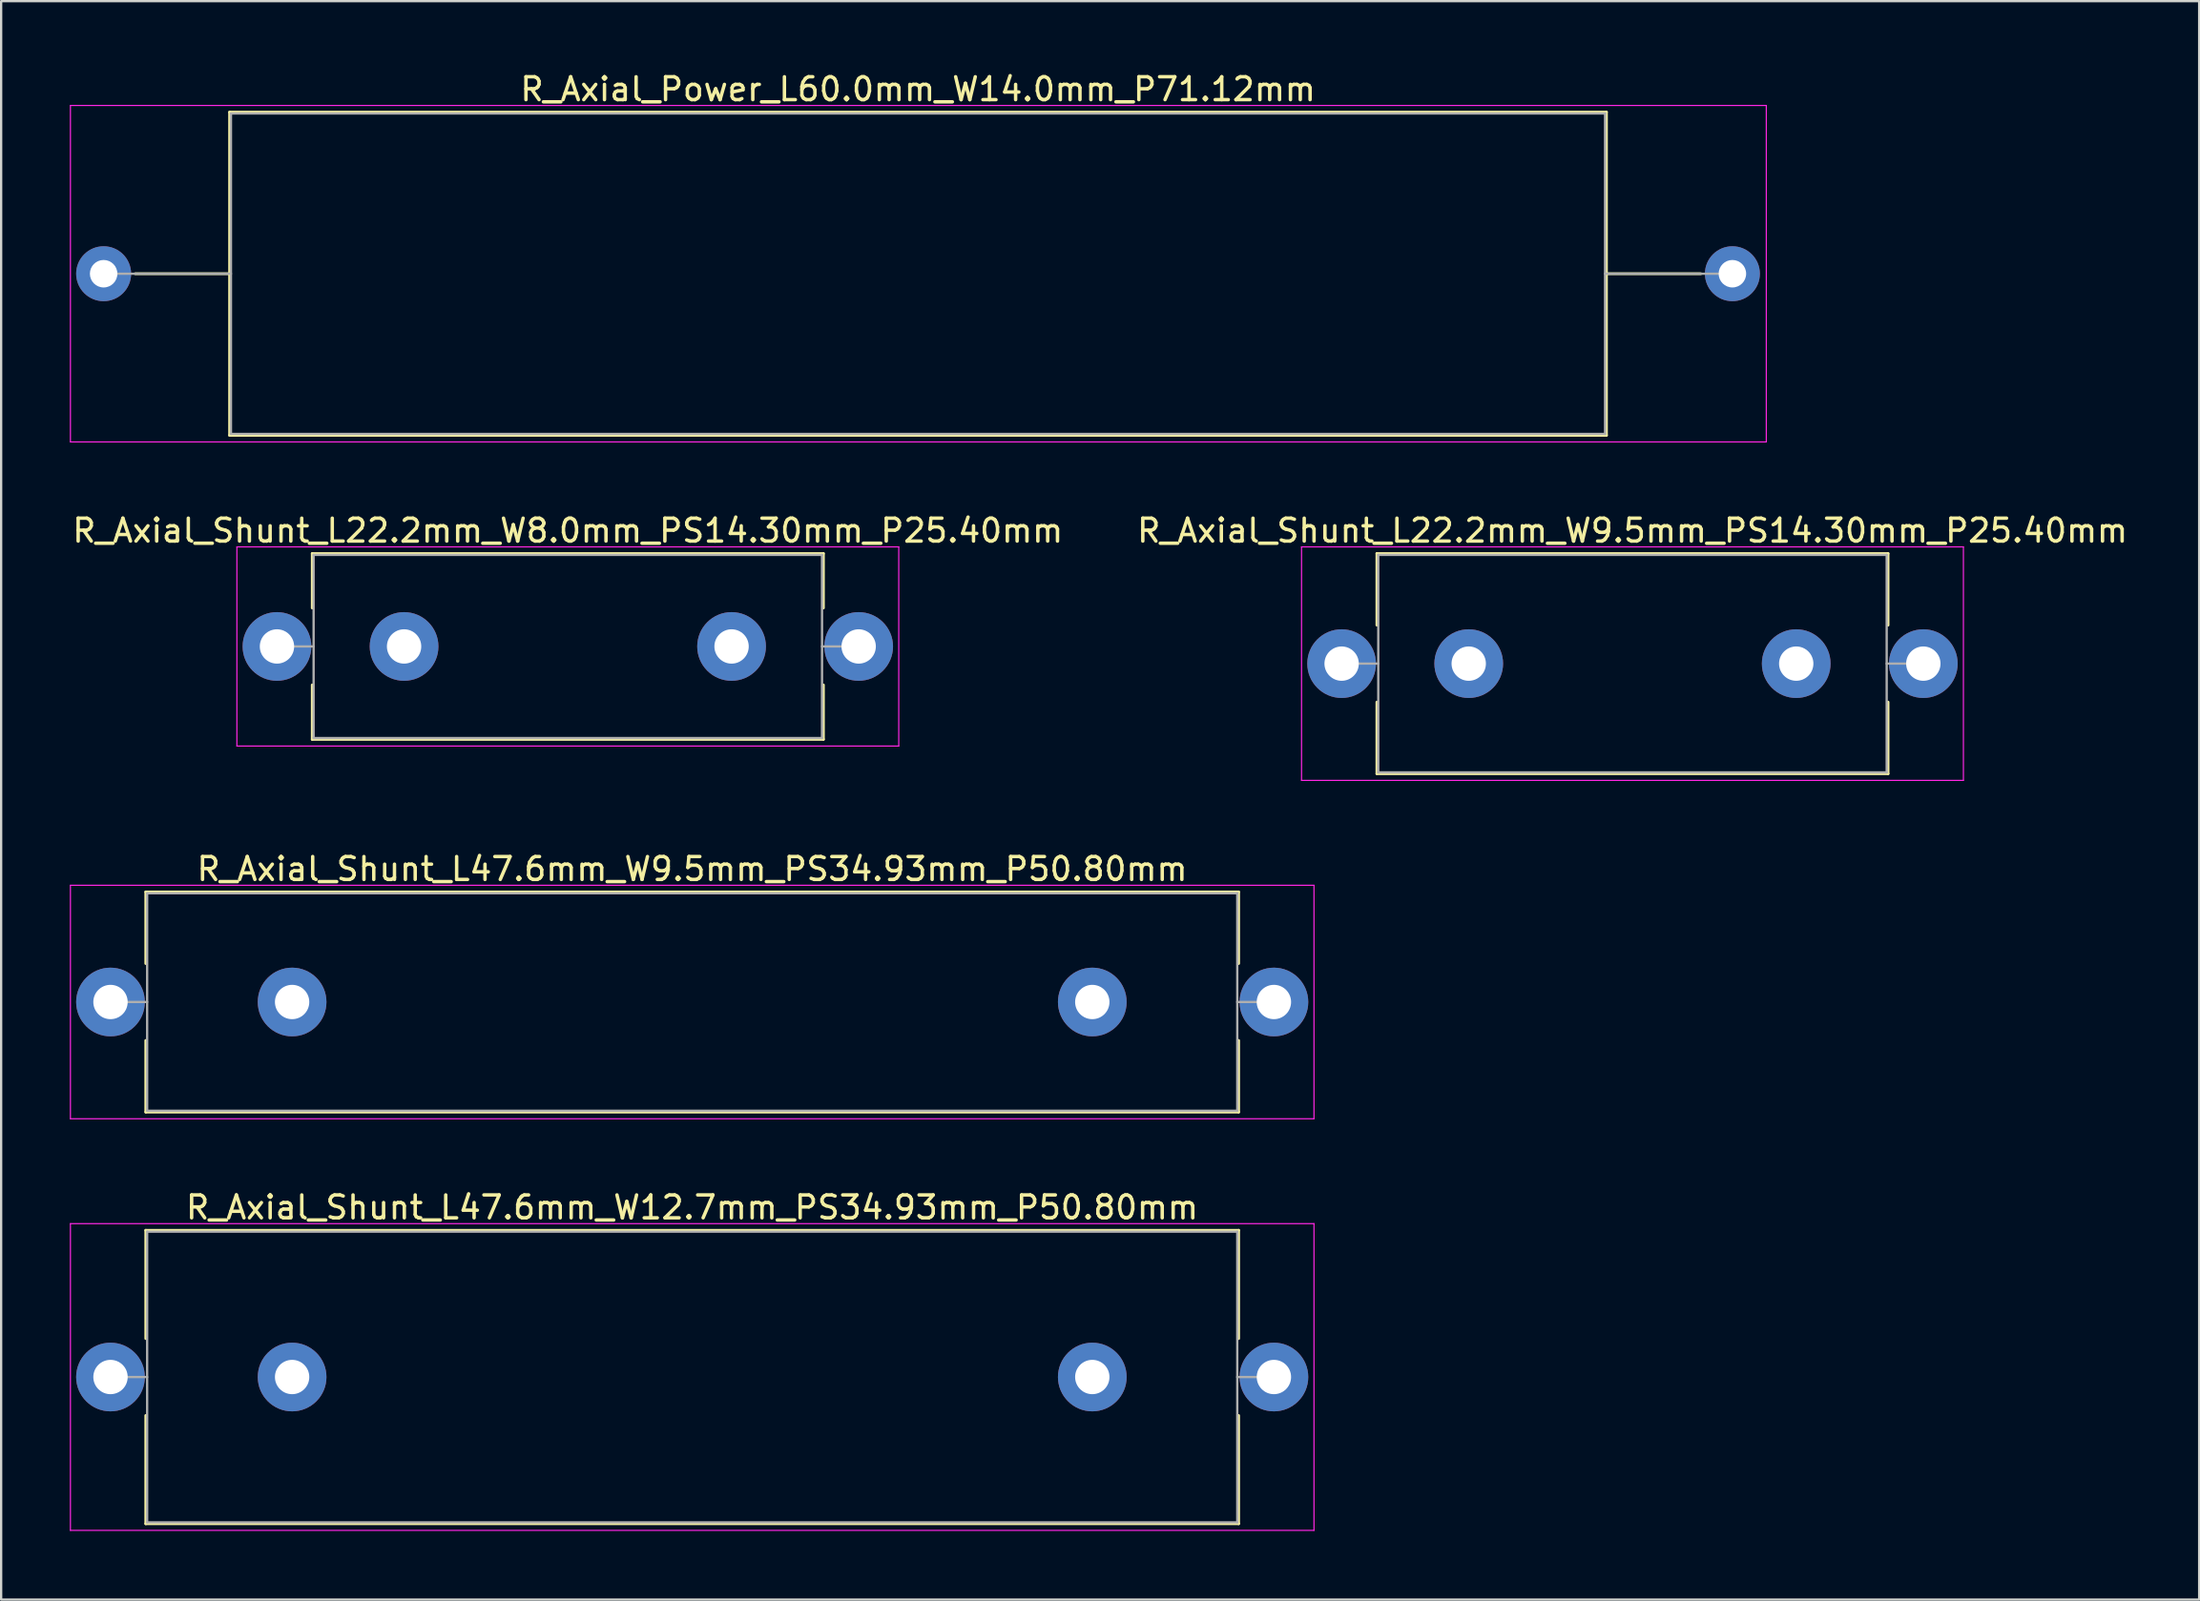
<source format=kicad_pcb>
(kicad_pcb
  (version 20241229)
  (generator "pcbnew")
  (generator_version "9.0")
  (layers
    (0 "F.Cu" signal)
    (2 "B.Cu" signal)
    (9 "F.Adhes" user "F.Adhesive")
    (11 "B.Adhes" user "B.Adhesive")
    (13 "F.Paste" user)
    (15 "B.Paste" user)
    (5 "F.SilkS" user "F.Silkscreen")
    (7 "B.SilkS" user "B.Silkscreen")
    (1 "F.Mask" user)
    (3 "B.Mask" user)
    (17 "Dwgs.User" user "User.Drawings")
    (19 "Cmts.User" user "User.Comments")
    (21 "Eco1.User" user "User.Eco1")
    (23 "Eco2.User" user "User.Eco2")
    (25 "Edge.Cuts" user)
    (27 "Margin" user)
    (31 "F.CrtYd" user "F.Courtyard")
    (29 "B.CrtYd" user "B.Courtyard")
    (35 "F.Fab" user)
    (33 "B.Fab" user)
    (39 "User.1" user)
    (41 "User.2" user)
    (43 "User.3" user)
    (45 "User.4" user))
  (footprint "R_Axial_Power_L60.0mm_W14.0mm_P71.12mm"
    (layer "F.Cu")
    (at 1.475 8.908)
    (property "Reference" "R_Axial_Power_L60.0mm_W14.0mm_P71.12mm" (at 35.56 -8.06 0) (layer "F.SilkS") (effects (font (size 1 1) (thickness 0.15))))
    (attr through_hole)
    (fp_line (start 1.38 0) (end 5.5 0) (stroke (width 0.12) (type solid)) (layer "F.SilkS"))
    (fp_line (start 5.5 -7.06) (end 5.5 7.06) (stroke (width 0.12) (type solid)) (layer "F.SilkS"))
    (fp_line (start 5.5 7.06) (end 65.62 7.06) (stroke (width 0.12) (type solid)) (layer "F.SilkS"))
    (fp_line (start 65.62 -7.06) (end 5.5 -7.06) (stroke (width 0.12) (type solid)) (layer "F.SilkS"))
    (fp_line (start 65.62 7.06) (end 65.62 -7.06) (stroke (width 0.12) (type solid)) (layer "F.SilkS"))
    (fp_line (start 69.74 0) (end 65.62 0) (stroke (width 0.12) (type solid)) (layer "F.SilkS"))
    (fp_line (start -1.45 -7.35) (end -1.45 7.35) (stroke (width 0.05) (type solid)) (layer "F.CrtYd"))
    (fp_line (start -1.45 7.35) (end 72.6 7.35) (stroke (width 0.05) (type solid)) (layer "F.CrtYd"))
    (fp_line (start 72.6 -7.35) (end -1.45 -7.35) (stroke (width 0.05) (type solid)) (layer "F.CrtYd"))
    (fp_line (start 72.6 7.35) (end 72.6 -7.35) (stroke (width 0.05) (type solid)) (layer "F.CrtYd"))
    (fp_line (start 0 0) (end 5.56 0) (stroke (width 0.1) (type solid)) (layer "F.Fab"))
    (fp_line (start 5.56 -7) (end 5.56 7) (stroke (width 0.1) (type solid)) (layer "F.Fab"))
    (fp_line (start 5.56 7) (end 65.56 7) (stroke (width 0.1) (type solid)) (layer "F.Fab"))
    (fp_line (start 65.56 -7) (end 5.56 -7) (stroke (width 0.1) (type solid)) (layer "F.Fab"))
    (fp_line (start 65.56 7) (end 65.56 -7) (stroke (width 0.1) (type solid)) (layer "F.Fab"))
    (fp_line (start 71.12 0) (end 65.56 0) (stroke (width 0.1) (type solid)) (layer "F.Fab"))
    (pad "1" thru_hole circle (at 0 0) (size 2.4 2.4) (drill 1.2) (layers "*.Cu" "*.Mask"))
    (pad "2" thru_hole oval (at 71.12 0) (size 2.4 2.4) (drill 1.2) (layers "*.Cu" "*.Mask")))
  (footprint "R_Axial_Shunt_L47.6mm_W12.7mm_PS34.93mm_P50.80mm"
    (layer "F.Cu")
    (at 1.775 57.108)
    (property "Reference" "R_Axial_Shunt_L47.6mm_W12.7mm_PS34.93mm_P50.80mm" (at 25.4 -7.41 0) (layer "F.SilkS") (effects (font (size 1 1) (thickness 0.15))))
    (attr through_hole)
    (fp_line (start 1.54 -6.41) (end 49.26 -6.41) (stroke (width 0.12) (type solid)) (layer "F.SilkS"))
    (fp_line (start 1.54 -1.68) (end 1.54 -6.41) (stroke (width 0.12) (type solid)) (layer "F.SilkS"))
    (fp_line (start 1.54 1.68) (end 1.54 6.41) (stroke (width 0.12) (type solid)) (layer "F.SilkS"))
    (fp_line (start 1.54 6.41) (end 49.26 6.41) (stroke (width 0.12) (type solid)) (layer "F.SilkS"))
    (fp_line (start 49.26 -6.41) (end 49.26 -1.68) (stroke (width 0.12) (type solid)) (layer "F.SilkS"))
    (fp_line (start 49.26 6.41) (end 49.26 1.68) (stroke (width 0.12) (type solid)) (layer "F.SilkS"))
    (fp_line (start -1.75 -6.7) (end -1.75 6.7) (stroke (width 0.05) (type solid)) (layer "F.CrtYd"))
    (fp_line (start -1.75 6.7) (end 52.55 6.7) (stroke (width 0.05) (type solid)) (layer "F.CrtYd"))
    (fp_line (start 52.55 -6.7) (end -1.75 -6.7) (stroke (width 0.05) (type solid)) (layer "F.CrtYd"))
    (fp_line (start 52.55 6.7) (end 52.55 -6.7) (stroke (width 0.05) (type solid)) (layer "F.CrtYd"))
    (fp_line (start 0 0) (end 1.6 0) (stroke (width 0.1) (type solid)) (layer "F.Fab"))
    (fp_line (start 1.6 -6.35) (end 1.6 6.35) (stroke (width 0.1) (type solid)) (layer "F.Fab"))
    (fp_line (start 1.6 6.35) (end 49.2 6.35) (stroke (width 0.1) (type solid)) (layer "F.Fab"))
    (fp_line (start 49.2 -6.35) (end 1.6 -6.35) (stroke (width 0.1) (type solid)) (layer "F.Fab"))
    (fp_line (start 49.2 6.35) (end 49.2 -6.35) (stroke (width 0.1) (type solid)) (layer "F.Fab"))
    (fp_line (start 50.8 0) (end 49.2 0) (stroke (width 0.1) (type solid)) (layer "F.Fab"))
    (pad "1" thru_hole circle (at 0 0) (size 3 3) (drill 1.5) (layers "*.Cu" "*.Mask"))
    (pad "2" thru_hole oval (at 7.93 0) (size 3 3) (drill 1.5) (layers "*.Cu" "*.Mask"))
    (pad "3" thru_hole oval (at 42.87 0) (size 3 3) (drill 1.5) (layers "*.Cu" "*.Mask"))
    (pad "4" thru_hole oval (at 50.8 0) (size 3 3) (drill 1.5) (layers "*.Cu" "*.Mask")))
  (footprint "R_Axial_Shunt_L22.2mm_W9.5mm_PS14.30mm_P25.40mm"
    (layer "F.Cu")
    (at 55.532 25.942)
    (property "Reference" "R_Axial_Shunt_L22.2mm_W9.5mm_PS14.30mm_P25.40mm" (at 12.7 -5.81 0) (layer "F.SilkS") (effects (font (size 1 1) (thickness 0.15))))
    (attr through_hole)
    (fp_line (start 1.54 -4.81) (end 23.86 -4.81) (stroke (width 0.12) (type solid)) (layer "F.SilkS"))
    (fp_line (start 1.54 -1.68) (end 1.54 -4.81) (stroke (width 0.12) (type solid)) (layer "F.SilkS"))
    (fp_line (start 1.54 1.68) (end 1.54 4.81) (stroke (width 0.12) (type solid)) (layer "F.SilkS"))
    (fp_line (start 1.54 4.81) (end 23.86 4.81) (stroke (width 0.12) (type solid)) (layer "F.SilkS"))
    (fp_line (start 23.86 -4.81) (end 23.86 -1.68) (stroke (width 0.12) (type solid)) (layer "F.SilkS"))
    (fp_line (start 23.86 4.81) (end 23.86 1.68) (stroke (width 0.12) (type solid)) (layer "F.SilkS"))
    (fp_line (start -1.75 -5.1) (end -1.75 5.1) (stroke (width 0.05) (type solid)) (layer "F.CrtYd"))
    (fp_line (start -1.75 5.1) (end 27.15 5.1) (stroke (width 0.05) (type solid)) (layer "F.CrtYd"))
    (fp_line (start 27.15 -5.1) (end -1.75 -5.1) (stroke (width 0.05) (type solid)) (layer "F.CrtYd"))
    (fp_line (start 27.15 5.1) (end 27.15 -5.1) (stroke (width 0.05) (type solid)) (layer "F.CrtYd"))
    (fp_line (start 0 0) (end 1.6 0) (stroke (width 0.1) (type solid)) (layer "F.Fab"))
    (fp_line (start 1.6 -4.75) (end 1.6 4.75) (stroke (width 0.1) (type solid)) (layer "F.Fab"))
    (fp_line (start 1.6 4.75) (end 23.8 4.75) (stroke (width 0.1) (type solid)) (layer "F.Fab"))
    (fp_line (start 23.8 -4.75) (end 1.6 -4.75) (stroke (width 0.1) (type solid)) (layer "F.Fab"))
    (fp_line (start 23.8 4.75) (end 23.8 -4.75) (stroke (width 0.1) (type solid)) (layer "F.Fab"))
    (fp_line (start 25.4 0) (end 23.8 0) (stroke (width 0.1) (type solid)) (layer "F.Fab"))
    (pad "1" thru_hole circle (at 0 0) (size 3 3) (drill 1.5) (layers "*.Cu" "*.Mask"))
    (pad "2" thru_hole oval (at 5.55 0) (size 3 3) (drill 1.5) (layers "*.Cu" "*.Mask"))
    (pad "3" thru_hole oval (at 19.85 0) (size 3 3) (drill 1.5) (layers "*.Cu" "*.Mask"))
    (pad "4" thru_hole oval (at 25.4 0) (size 3 3) (drill 1.5) (layers "*.Cu" "*.Mask")))
  (footprint "R_Axial_Shunt_L47.6mm_W9.5mm_PS34.93mm_P50.80mm"
    (layer "F.Cu")
    (at 1.775 40.725)
    (property "Reference" "R_Axial_Shunt_L47.6mm_W9.5mm_PS34.93mm_P50.80mm" (at 25.4 -5.81 0) (layer "F.SilkS") (effects (font (size 1 1) (thickness 0.15))))
    (attr through_hole)
    (fp_line (start 1.54 -4.81) (end 49.26 -4.81) (stroke (width 0.12) (type solid)) (layer "F.SilkS"))
    (fp_line (start 1.54 -1.68) (end 1.54 -4.81) (stroke (width 0.12) (type solid)) (layer "F.SilkS"))
    (fp_line (start 1.54 1.68) (end 1.54 4.81) (stroke (width 0.12) (type solid)) (layer "F.SilkS"))
    (fp_line (start 1.54 4.81) (end 49.26 4.81) (stroke (width 0.12) (type solid)) (layer "F.SilkS"))
    (fp_line (start 49.26 -4.81) (end 49.26 -1.68) (stroke (width 0.12) (type solid)) (layer "F.SilkS"))
    (fp_line (start 49.26 4.81) (end 49.26 1.68) (stroke (width 0.12) (type solid)) (layer "F.SilkS"))
    (fp_line (start -1.75 -5.1) (end -1.75 5.1) (stroke (width 0.05) (type solid)) (layer "F.CrtYd"))
    (fp_line (start -1.75 5.1) (end 52.55 5.1) (stroke (width 0.05) (type solid)) (layer "F.CrtYd"))
    (fp_line (start 52.55 -5.1) (end -1.75 -5.1) (stroke (width 0.05) (type solid)) (layer "F.CrtYd"))
    (fp_line (start 52.55 5.1) (end 52.55 -5.1) (stroke (width 0.05) (type solid)) (layer "F.CrtYd"))
    (fp_line (start 0 0) (end 1.6 0) (stroke (width 0.1) (type solid)) (layer "F.Fab"))
    (fp_line (start 1.6 -4.75) (end 1.6 4.75) (stroke (width 0.1) (type solid)) (layer "F.Fab"))
    (fp_line (start 1.6 4.75) (end 49.2 4.75) (stroke (width 0.1) (type solid)) (layer "F.Fab"))
    (fp_line (start 49.2 -4.75) (end 1.6 -4.75) (stroke (width 0.1) (type solid)) (layer "F.Fab"))
    (fp_line (start 49.2 4.75) (end 49.2 -4.75) (stroke (width 0.1) (type solid)) (layer "F.Fab"))
    (fp_line (start 50.8 0) (end 49.2 0) (stroke (width 0.1) (type solid)) (layer "F.Fab"))
    (pad "1" thru_hole circle (at 0 0) (size 3 3) (drill 1.5) (layers "*.Cu" "*.Mask"))
    (pad "2" thru_hole oval (at 7.93 0) (size 3 3) (drill 1.5) (layers "*.Cu" "*.Mask"))
    (pad "3" thru_hole oval (at 42.87 0) (size 3 3) (drill 1.5) (layers "*.Cu" "*.Mask"))
    (pad "4" thru_hole oval (at 50.8 0) (size 3 3) (drill 1.5) (layers "*.Cu" "*.Mask")))
  (footprint "R_Axial_Shunt_L22.2mm_W8.0mm_PS14.30mm_P25.40mm"
    (layer "F.Cu")
    (at 9.044 25.192)
    (property "Reference" "R_Axial_Shunt_L22.2mm_W8.0mm_PS14.30mm_P25.40mm" (at 12.7 -5.06 0) (layer "F.SilkS") (effects (font (size 1 1) (thickness 0.15))))
    (attr through_hole)
    (fp_line (start 1.54 -4.06) (end 23.86 -4.06) (stroke (width 0.12) (type solid)) (layer "F.SilkS"))
    (fp_line (start 1.54 -1.68) (end 1.54 -4.06) (stroke (width 0.12) (type solid)) (layer "F.SilkS"))
    (fp_line (start 1.54 1.68) (end 1.54 4.06) (stroke (width 0.12) (type solid)) (layer "F.SilkS"))
    (fp_line (start 1.54 4.06) (end 23.86 4.06) (stroke (width 0.12) (type solid)) (layer "F.SilkS"))
    (fp_line (start 23.86 -4.06) (end 23.86 -1.68) (stroke (width 0.12) (type solid)) (layer "F.SilkS"))
    (fp_line (start 23.86 4.06) (end 23.86 1.68) (stroke (width 0.12) (type solid)) (layer "F.SilkS"))
    (fp_line (start -1.75 -4.35) (end -1.75 4.35) (stroke (width 0.05) (type solid)) (layer "F.CrtYd"))
    (fp_line (start -1.75 4.35) (end 27.15 4.35) (stroke (width 0.05) (type solid)) (layer "F.CrtYd"))
    (fp_line (start 27.15 -4.35) (end -1.75 -4.35) (stroke (width 0.05) (type solid)) (layer "F.CrtYd"))
    (fp_line (start 27.15 4.35) (end 27.15 -4.35) (stroke (width 0.05) (type solid)) (layer "F.CrtYd"))
    (fp_line (start 0 0) (end 1.6 0) (stroke (width 0.1) (type solid)) (layer "F.Fab"))
    (fp_line (start 1.6 -4) (end 1.6 4) (stroke (width 0.1) (type solid)) (layer "F.Fab"))
    (fp_line (start 1.6 4) (end 23.8 4) (stroke (width 0.1) (type solid)) (layer "F.Fab"))
    (fp_line (start 23.8 -4) (end 1.6 -4) (stroke (width 0.1) (type solid)) (layer "F.Fab"))
    (fp_line (start 23.8 4) (end 23.8 -4) (stroke (width 0.1) (type solid)) (layer "F.Fab"))
    (fp_line (start 25.4 0) (end 23.8 0) (stroke (width 0.1) (type solid)) (layer "F.Fab"))
    (pad "1" thru_hole circle (at 0 0) (size 3 3) (drill 1.5) (layers "*.Cu" "*.Mask"))
    (pad "2" thru_hole oval (at 5.55 0) (size 3 3) (drill 1.5) (layers "*.Cu" "*.Mask"))
    (pad "3" thru_hole oval (at 19.85 0) (size 3 3) (drill 1.5) (layers "*.Cu" "*.Mask"))
    (pad "4" thru_hole oval (at 25.4 0) (size 3 3) (drill 1.5) (layers "*.Cu" "*.Mask")))
  (gr_rect
    (start -3 -3)
    (end 92.976 66.833)
    (stroke (width 0.1) (type default))
    (fill no)
    (layer "Edge.Cuts")))
</source>
